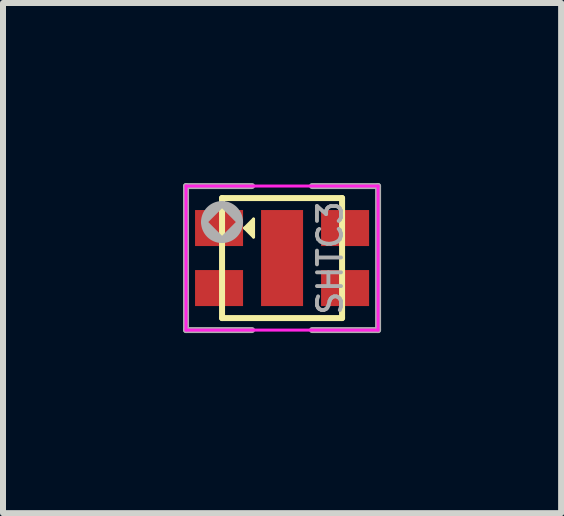
<source format=kicad_pcb>
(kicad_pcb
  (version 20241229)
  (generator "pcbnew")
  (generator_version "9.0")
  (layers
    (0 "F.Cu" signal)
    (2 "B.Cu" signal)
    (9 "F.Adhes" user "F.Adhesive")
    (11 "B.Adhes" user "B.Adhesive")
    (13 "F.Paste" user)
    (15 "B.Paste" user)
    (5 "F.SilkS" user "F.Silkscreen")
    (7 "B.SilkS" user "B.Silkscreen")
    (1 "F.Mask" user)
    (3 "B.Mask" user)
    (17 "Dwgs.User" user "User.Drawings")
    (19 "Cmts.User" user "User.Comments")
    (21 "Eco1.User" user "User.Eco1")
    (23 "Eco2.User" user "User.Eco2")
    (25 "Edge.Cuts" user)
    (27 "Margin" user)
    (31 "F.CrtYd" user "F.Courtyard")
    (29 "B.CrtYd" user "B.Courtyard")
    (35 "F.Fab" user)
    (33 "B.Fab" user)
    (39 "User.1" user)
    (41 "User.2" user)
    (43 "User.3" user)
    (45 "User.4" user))
  (footprint "SHTC3"
    (layer "F.Cu")
    (at 1.65 1.25)
    (property "Reference" "SHTC3" (at 0.8 0 90) (layer "F.Fab") (effects (font (size 0.4 0.4) (thickness 0.065))))
    (attr through_hole)
    (fp_line (start -1 -1) (end 1 -1) (stroke (width 0.1) (type solid)) (layer "F.SilkS"))
    (fp_line (start -1 1) (end -1 -1) (stroke (width 0.1) (type solid)) (layer "F.SilkS"))
    (fp_line (start -0.625 -0.5) (end -0.475 -0.65) (stroke (width 0.05) (type solid)) (layer "F.SilkS"))
    (fp_line (start -0.625 -0.5) (end -0.475 -0.35) (stroke (width 0.05) (type solid)) (layer "F.SilkS"))
    (fp_line (start -0.575 -0.5) (end -0.5 -0.575) (stroke (width 0.05) (type solid)) (layer "F.SilkS"))
    (fp_line (start -0.5 -0.575) (end -0.5 -0.475) (stroke (width 0.05) (type solid)) (layer "F.SilkS"))
    (fp_line (start -0.5 -0.475) (end -0.525 -0.5) (stroke (width 0.05) (type solid)) (layer "F.SilkS"))
    (fp_line (start -0.475 -0.65) (end -0.475 -0.375) (stroke (width 0.05) (type solid)) (layer "F.SilkS"))
    (fp_line (start -0.475 -0.4) (end -0.575 -0.5) (stroke (width 0.05) (type solid)) (layer "F.SilkS"))
    (fp_line (start -0.475 -0.35) (end -0.475 -0.375) (stroke (width 0.05) (type solid)) (layer "F.SilkS"))
    (fp_line (start 1 -1) (end 1 1) (stroke (width 0.1) (type solid)) (layer "F.SilkS"))
    (fp_line (start 1 1) (end -1 1) (stroke (width 0.1) (type solid)) (layer "F.SilkS"))
    (fp_line (start -1.6 -1.2) (end 1.6 -1.2) (stroke (width 0.05) (type solid)) (layer "F.CrtYd"))
    (fp_line (start -1.6 1.2) (end -1.6 -1.2) (stroke (width 0.05) (type solid)) (layer "F.CrtYd"))
    (fp_line (start 1.6 -1.2) (end 1.6 1.2) (stroke (width 0.05) (type solid)) (layer "F.CrtYd"))
    (fp_line (start 1.6 1.2) (end -1.6 1.2) (stroke (width 0.05) (type solid)) (layer "F.CrtYd"))
    (fp_line (start -1.6 -1.2) (end -1.6 1.2) (stroke (width 0.1) (type solid)) (layer "F.Fab"))
    (fp_line (start -1.6 1.2) (end -0.5 1.2) (stroke (width 0.1) (type solid)) (layer "F.Fab"))
    (fp_line (start -0.5 -1.2) (end -1.6 -1.2) (stroke (width 0.1) (type solid)) (layer "F.Fab"))
    (fp_line (start 1.6 -1.2) (end 0.5 -1.2) (stroke (width 0.1) (type solid)) (layer "F.Fab"))
    (fp_line (start 1.6 -1.2) (end 1.6 1.2) (stroke (width 0.1) (type solid)) (layer "F.Fab"))
    (fp_line (start 1.6 1.2) (end 0.5 1.2) (stroke (width 0.1) (type solid)) (layer "F.Fab"))
    (fp_circle (center -1 -0.6) (end -0.7 -0.6) (stroke (width 0.1) (type solid)) (fill no) (layer "F.Fab"))
    (fp_poly (pts (xy -0.7 -0.6) (xy -1 -0.3) (xy -1.3 -0.6) (xy -1 -0.9)) (stroke (width 0.1) (type solid)) (fill no) (layer "F.Fab"))
    (pad "1" smd rect (at -1.05 -0.5) (size 0.8 0.6) (layers "F.Cu" "F.Mask" "F.Paste"))
    (pad "2" smd rect (at -1.05 0.5) (size 0.8 0.6) (layers "F.Cu" "F.Mask" "F.Paste"))
    (pad "3" smd rect (at 1.05 0.5) (size 0.8 0.6) (layers "F.Cu" "F.Mask" "F.Paste"))
    (pad "4" smd rect (at 0 0) (size 0.7 1.6) (layers "F.Cu" "F.Mask" "F.Paste"))
    (pad "4" smd rect (at 1.05 -0.5) (size 0.8 0.6) (layers "F.Cu" "F.Mask" "F.Paste")))
  (gr_rect
    (start -3 -3)
    (end 6.3 5.5)
    (stroke (width 0.1) (type default))
    (fill no)
    (layer "Edge.Cuts")))
</source>
